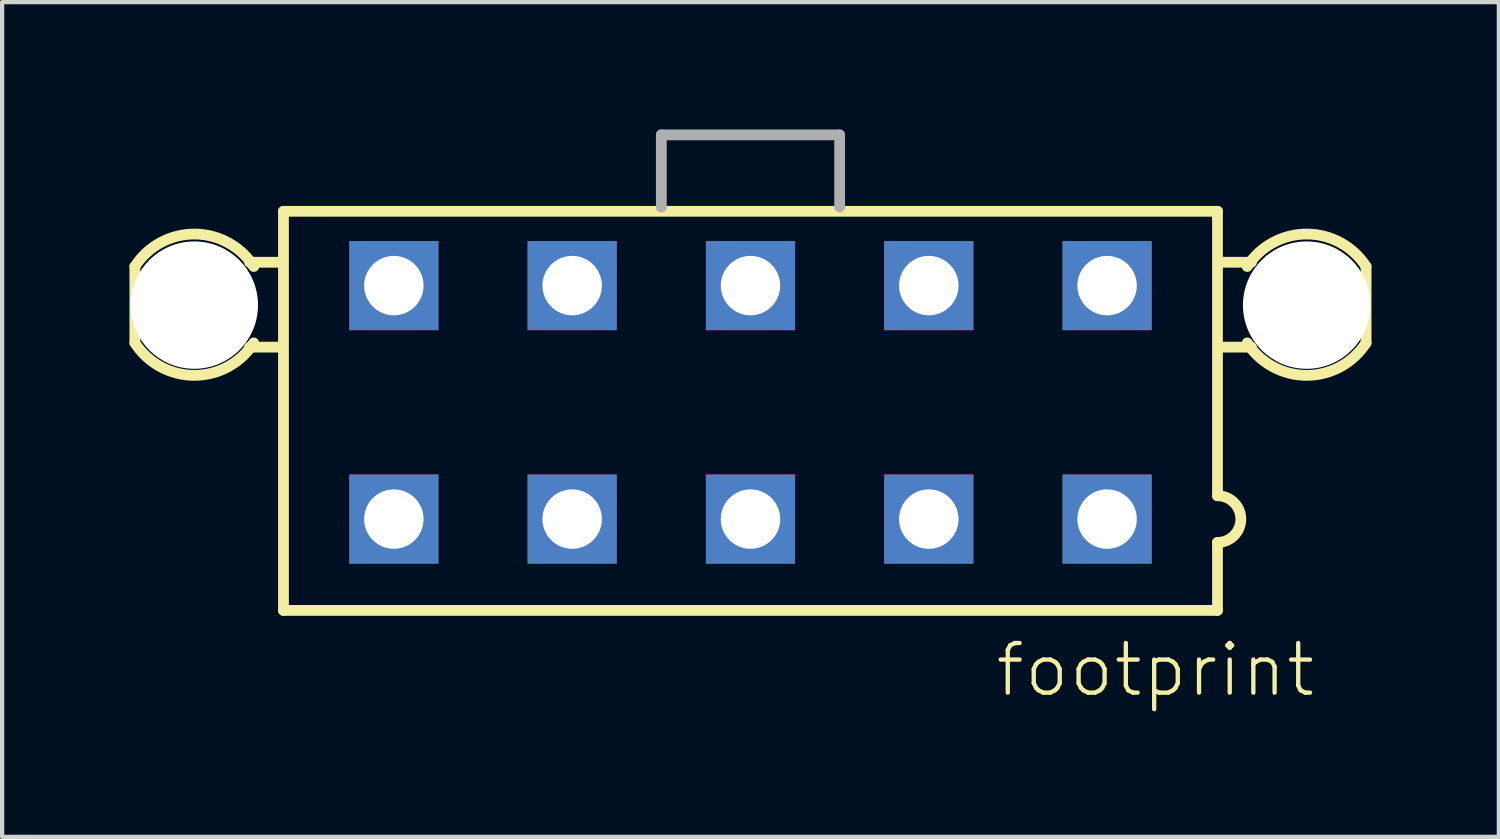
<source format=kicad_pcb>
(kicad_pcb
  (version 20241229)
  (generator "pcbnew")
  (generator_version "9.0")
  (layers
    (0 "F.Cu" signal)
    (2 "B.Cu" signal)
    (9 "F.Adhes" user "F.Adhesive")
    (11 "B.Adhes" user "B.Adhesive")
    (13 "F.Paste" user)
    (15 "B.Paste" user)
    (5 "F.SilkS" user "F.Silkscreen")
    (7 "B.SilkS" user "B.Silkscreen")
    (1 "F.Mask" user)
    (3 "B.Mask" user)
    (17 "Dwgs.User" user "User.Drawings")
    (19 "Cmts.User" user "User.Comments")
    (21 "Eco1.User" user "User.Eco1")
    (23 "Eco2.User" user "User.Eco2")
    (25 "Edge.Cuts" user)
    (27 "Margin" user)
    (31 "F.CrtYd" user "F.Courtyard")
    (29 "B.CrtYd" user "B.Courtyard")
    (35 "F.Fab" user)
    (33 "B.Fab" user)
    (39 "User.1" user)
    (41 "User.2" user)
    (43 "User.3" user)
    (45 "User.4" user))
  (footprint "footprint"
    (layer "F.Cu")
    (at 14.627 6.427)
    (property "Reference" "footprint" (at 5.715 6.985 0) (layer "F.SilkS") (effects (font (size 1.168 1.168) (thickness 0.102)) (justify left bottom)))
    (fp_line (start -14.5 -3.2) (end -14.5 -1.4) (stroke (width 0.254) (type solid)) (layer "F.SilkS"))
    (fp_line (start -11.8 -3.3) (end -11.1 -3.3) (stroke (width 0.254) (type solid)) (layer "F.SilkS"))
    (fp_line (start -11.8 -1.3) (end -11.1 -1.3) (stroke (width 0.254) (type solid)) (layer "F.SilkS"))
    (fp_line (start -11 -4.5) (end 11 -4.5) (stroke (width 0.254) (type solid)) (layer "F.SilkS"))
    (fp_line (start -11 4.9) (end -11 -4.5) (stroke (width 0.254) (type solid)) (layer "F.SilkS"))
    (fp_line (start 11 -4.5) (end 11 2.2) (stroke (width 0.254) (type solid)) (layer "F.SilkS"))
    (fp_line (start 11 3.3) (end 11 4.9) (stroke (width 0.254) (type solid)) (layer "F.SilkS"))
    (fp_line (start 11 4.9) (end -11 4.9) (stroke (width 0.254) (type solid)) (layer "F.SilkS"))
    (fp_line (start 11.8 -3.3) (end 11.1 -3.3) (stroke (width 0.254) (type solid)) (layer "F.SilkS"))
    (fp_line (start 11.8 -1.3) (end 11.1 -1.3) (stroke (width 0.254) (type solid)) (layer "F.SilkS"))
    (fp_line (start 14.5 -1.4) (end 14.5 -3.2) (stroke (width 0.254) (type solid)) (layer "F.SilkS"))
    (fp_arc (start -14.5 -3.2) (mid -13.099999 -3.964331) (end -11.699999 -3.199999) (stroke (width 0.254) (type solid)) (layer "F.SilkS"))
    (fp_arc (start -11.7 -1.4) (mid -13.1 -0.635668) (end -14.5 -1.4) (stroke (width 0.254) (type solid)) (layer "F.SilkS"))
    (fp_arc (start 11 2.2) (mid 11.55 2.75) (end 11 3.3) (stroke (width 0.254) (type solid)) (layer "F.SilkS"))
    (fp_arc (start 11.7 -3.2) (mid 13.100001 -3.964331) (end 14.500001 -3.199999) (stroke (width 0.254) (type solid)) (layer "F.SilkS"))
    (fp_arc (start 14.5 -1.4) (mid 13.1 -0.635668) (end 11.7 -1.4) (stroke (width 0.254) (type solid)) (layer "F.SilkS"))
    (fp_line (start -2.1 -6.3) (end -2.1 -4.6) (stroke (width 0.254) (type solid)) (layer "F.Fab"))
    (fp_line (start -2.1 -6.3) (end 2.1 -6.3) (stroke (width 0.254) (type solid)) (layer "F.Fab"))
    (fp_line (start 2.1 -6.3) (end 2.1 -4.6) (stroke (width 0.254) (type solid)) (layer "F.Fab"))
    (pad "" np_thru_hole circle (at -13.1 -2.29) (size 3 3) (drill 3) (layers "*.Cu" "*.Mask"))
    (pad "" np_thru_hole circle (at 13.1 -2.29) (size 3 3) (drill 3) (layers "*.Cu" "*.Mask"))
    (pad "1" thru_hole rect (at 8.4 2.75) (size 2.1 2.1) (drill 1.4) (layers "*.Cu" "*.Mask"))
    (pad "2" thru_hole rect (at 4.2 2.75) (size 2.1 2.1) (drill 1.4) (layers "*.Cu" "*.Mask"))
    (pad "3" thru_hole rect (at 0 2.75) (size 2.1 2.1) (drill 1.4) (layers "*.Cu" "*.Mask"))
    (pad "4" thru_hole rect (at -4.2 2.75) (size 2.1 2.1) (drill 1.4) (layers "*.Cu" "*.Mask"))
    (pad "5" thru_hole rect (at -8.4 2.75) (size 2.1 2.1) (drill 1.4) (layers "*.Cu" "*.Mask"))
    (pad "6" thru_hole rect (at 8.4 -2.75) (size 2.1 2.1) (drill 1.4) (layers "*.Cu" "*.Mask"))
    (pad "7" thru_hole rect (at 4.2 -2.75) (size 2.1 2.1) (drill 1.4) (layers "*.Cu" "*.Mask"))
    (pad "8" thru_hole rect (at 0 -2.75) (size 2.1 2.1) (drill 1.4) (layers "*.Cu" "*.Mask"))
    (pad "9" thru_hole rect (at -4.2 -2.75) (size 2.1 2.1) (drill 1.4) (layers "*.Cu" "*.Mask"))
    (pad "10" thru_hole rect (at -8.4 -2.75) (size 2.1 2.1) (drill 1.4) (layers "*.Cu" "*.Mask")))
  (gr_rect
    (start -3 -3)
    (end 32.254 16.662)
    (stroke (width 0.1) (type default))
    (fill no)
    (layer "Edge.Cuts")))
</source>
